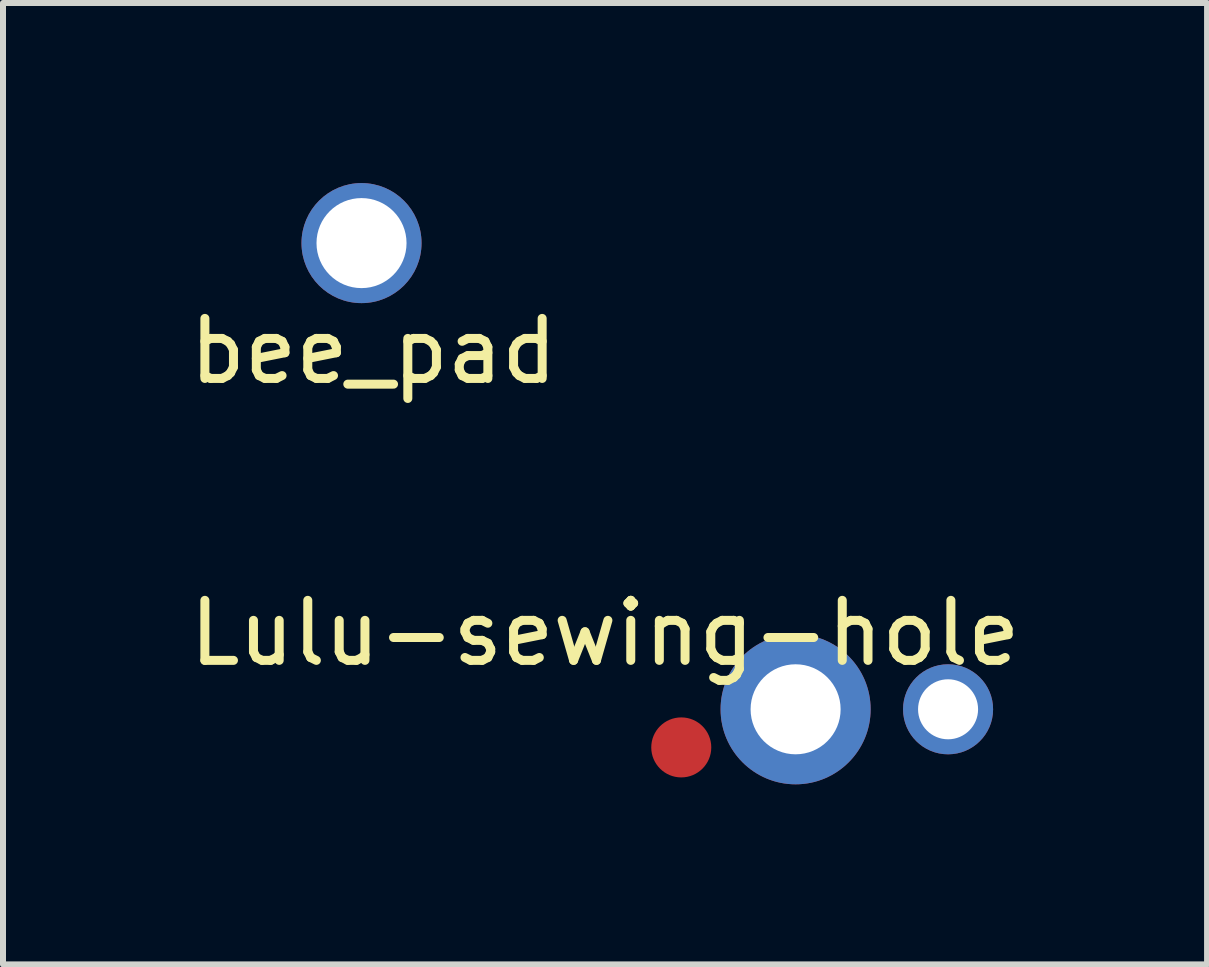
<source format=kicad_pcb>
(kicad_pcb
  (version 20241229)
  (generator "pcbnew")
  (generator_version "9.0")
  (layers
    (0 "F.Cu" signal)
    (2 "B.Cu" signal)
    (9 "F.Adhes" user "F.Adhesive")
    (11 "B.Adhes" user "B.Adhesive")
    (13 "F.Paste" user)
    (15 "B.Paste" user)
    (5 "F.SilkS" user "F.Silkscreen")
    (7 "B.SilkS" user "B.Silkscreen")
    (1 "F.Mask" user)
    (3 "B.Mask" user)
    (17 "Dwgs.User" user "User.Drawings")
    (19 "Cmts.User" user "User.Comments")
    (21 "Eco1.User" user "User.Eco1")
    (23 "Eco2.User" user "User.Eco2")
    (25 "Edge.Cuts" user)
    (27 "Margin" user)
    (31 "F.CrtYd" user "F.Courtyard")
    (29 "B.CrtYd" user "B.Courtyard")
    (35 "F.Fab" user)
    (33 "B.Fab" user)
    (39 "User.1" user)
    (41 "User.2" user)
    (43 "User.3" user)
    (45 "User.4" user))
  (footprint "bee_pad"
    (layer "F.Cu")
    (at 2.973 1)
    (property "Reference" "bee_pad" (at 0.2 1.8 0) (layer "F.SilkS") (effects (font (size 1 1) (thickness 0.15))))
    (attr through_hole)
    (pad "1" thru_hole circle (at 0 0) (size 2 2) (drill 1.5) (layers "*.Cu" "*.Mask")))
  (footprint "Lulu-sewing-hole"
    (layer "F.Cu")
    (at 10.205 8.767)
    (property "Reference" "Lulu-sewing-hole" (at -3.175 -1.27 0) (layer "F.SilkS") (effects (font (size 1 1) (thickness 0.15))))
    (attr through_hole)
    (pad "1" thru_hole circle (at 0 0) (size 2.5 2.5) (drill 1.5) (layers "*.Cu" "*.Mask"))
    (pad "2" thru_hole circle (at 2.54 0) (size 1.5 1.5) (drill 1) (layers "*.Cu" "*.Mask"))
    (pad "3" smd circle (at -1.905 0.635) (size 1 1) (layers "F.Cu" "F.Mask" "F.Paste")))
  (gr_rect
    (start -3 -3)
    (end 17.06 13.017)
    (stroke (width 0.1) (type default))
    (fill no)
    (layer "Edge.Cuts")))
</source>
